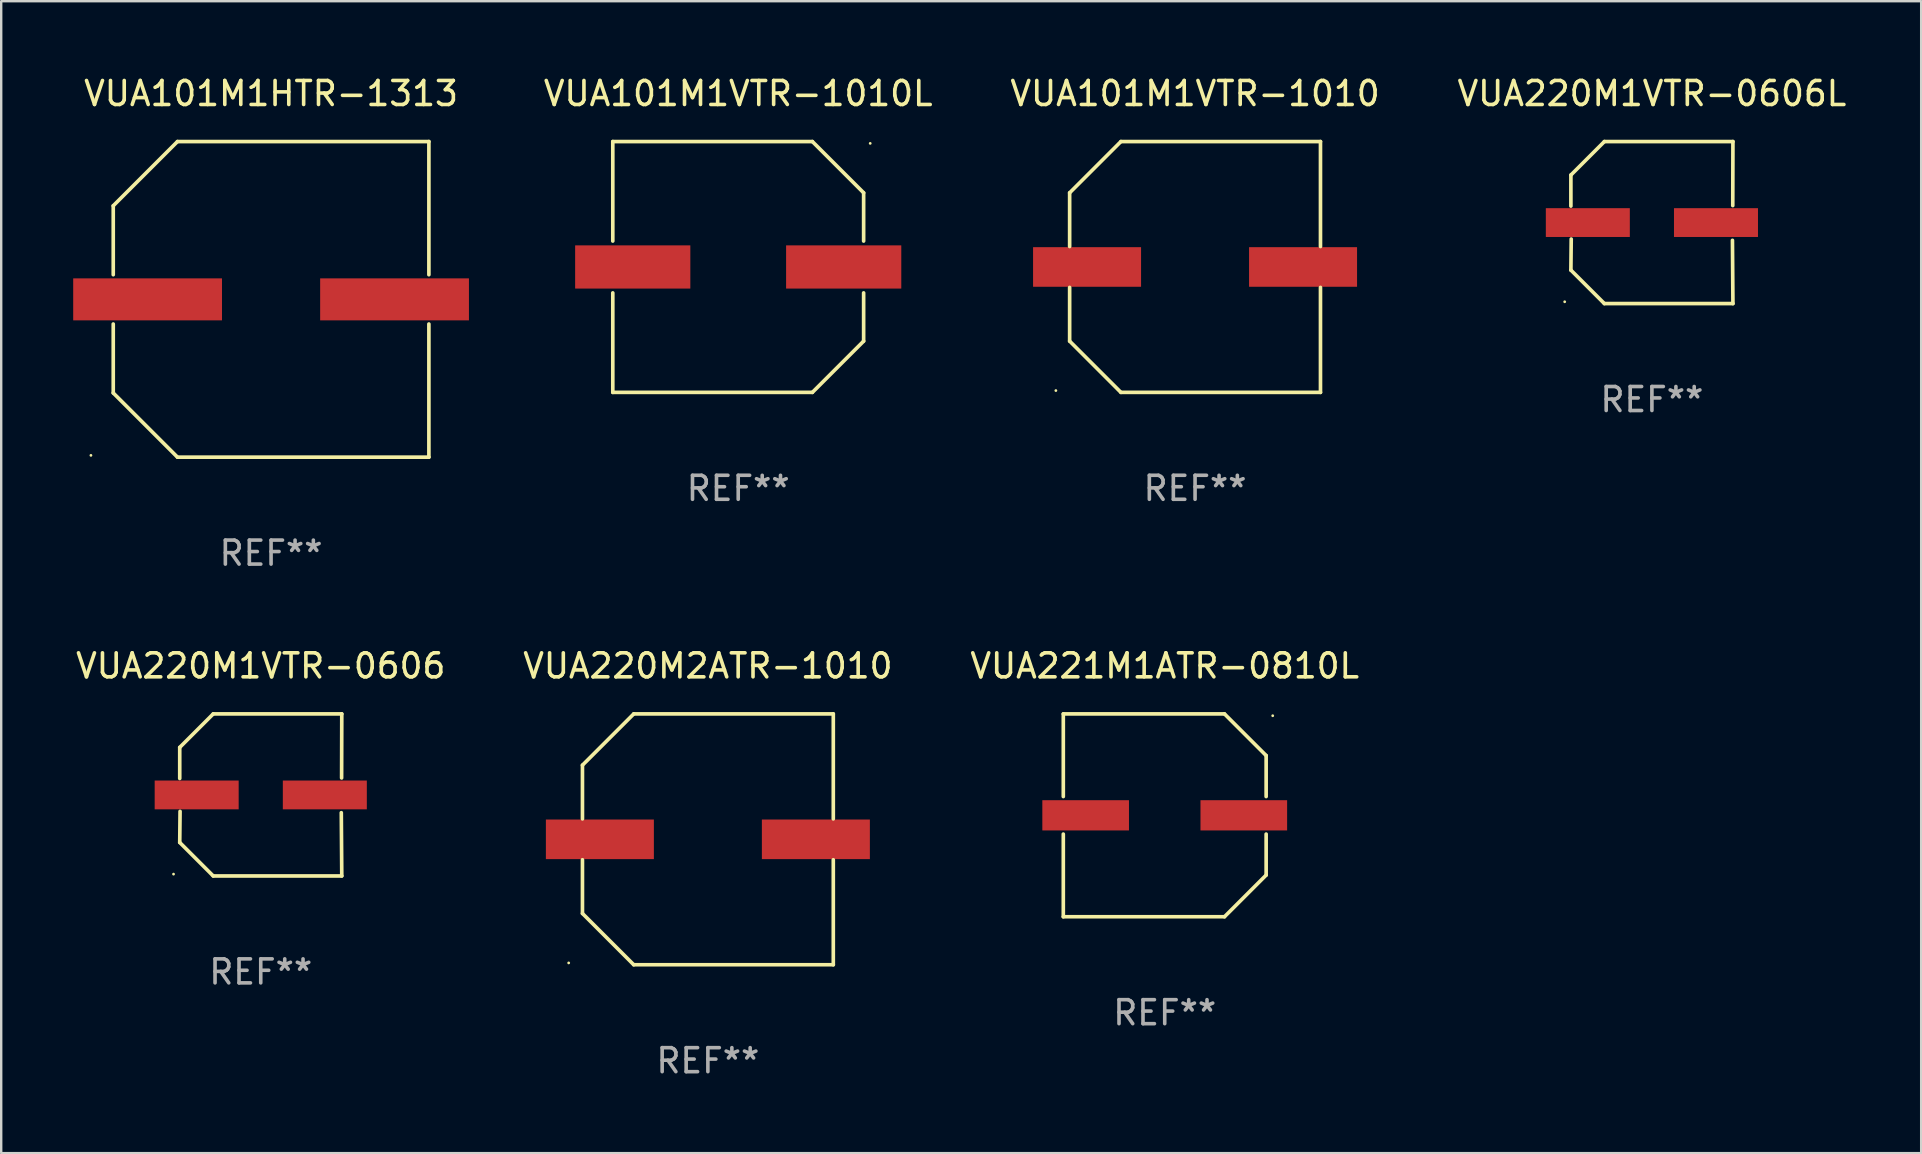
<source format=kicad_pcb>
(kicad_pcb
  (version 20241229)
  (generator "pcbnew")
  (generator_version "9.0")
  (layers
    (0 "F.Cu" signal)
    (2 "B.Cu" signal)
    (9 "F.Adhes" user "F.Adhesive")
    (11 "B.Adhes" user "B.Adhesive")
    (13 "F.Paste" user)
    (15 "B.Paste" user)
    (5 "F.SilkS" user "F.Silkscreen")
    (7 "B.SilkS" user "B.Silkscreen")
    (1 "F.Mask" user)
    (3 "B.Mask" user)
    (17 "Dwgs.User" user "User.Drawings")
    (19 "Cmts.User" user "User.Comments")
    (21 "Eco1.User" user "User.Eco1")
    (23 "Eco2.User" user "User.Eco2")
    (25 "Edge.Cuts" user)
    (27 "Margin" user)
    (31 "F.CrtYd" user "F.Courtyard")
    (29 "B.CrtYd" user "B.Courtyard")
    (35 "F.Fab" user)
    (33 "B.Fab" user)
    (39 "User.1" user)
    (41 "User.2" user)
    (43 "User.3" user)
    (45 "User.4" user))
  (footprint "VUA101M1HTR-1313"
    (layer "F.Cu")
    (at 8.245 9.424)
    (property "Reference" "VUA101M1HTR-1313" (at 0 -8.576 0) (layer "F.SilkS") (effects (font (size 1 1) (thickness 0.15))))
    (attr through_hole)
    (fp_line (start -6.576 -3.9) (end -6.576 -1.027) (stroke (width 0.152) (type solid)) (layer "F.SilkS"))
    (fp_line (start -6.576 3.9) (end -6.576 1.027) (stroke (width 0.152) (type solid)) (layer "F.SilkS"))
    (fp_line (start -3.9 -6.576) (end -6.576 -3.9) (stroke (width 0.152) (type solid)) (layer "F.SilkS"))
    (fp_line (start -3.9 6.576) (end -6.576 3.9) (stroke (width 0.152) (type solid)) (layer "F.SilkS"))
    (fp_line (start 6.576 -6.576) (end -3.9 -6.576) (stroke (width 0.152) (type solid)) (layer "F.SilkS"))
    (fp_line (start 6.576 -1.027) (end 6.576 -6.576) (stroke (width 0.152) (type solid)) (layer "F.SilkS"))
    (fp_line (start 6.576 1.027) (end 6.576 6.576) (stroke (width 0.152) (type solid)) (layer "F.SilkS"))
    (fp_line (start 6.576 6.576) (end -3.9 6.576) (stroke (width 0.152) (type solid)) (layer "F.SilkS"))
    (fp_circle (center -7.506 6.5) (end -7.476 6.5) (stroke (width 0.06) (type solid)) (fill no) (layer "F.SilkS"))
    (fp_text user "REF**" (at 0 10.576 0) (layer "F.Fab") (effects (font (size 1 1) (thickness 0.15))))
    (pad "1" smd rect (at -5.145 0) (size 6.2 1.75) (layers "F.Cu" "F.Mask" "F.Paste"))
    (pad "2" smd rect (at 5.145 0) (size 6.2 1.75) (layers "F.Cu" "F.Mask" "F.Paste")))
  (footprint "VUA220M2ATR-1010"
    (layer "F.Cu")
    (at 26.446 31.923)
    (property "Reference" "VUA220M2ATR-1010" (at 0 -7.226 0) (layer "F.SilkS") (effects (font (size 1 1) (thickness 0.15))))
    (attr through_hole)
    (fp_line (start -5.226 -3.09) (end -5.226 -0.852) (stroke (width 0.152) (type solid)) (layer "F.SilkS"))
    (fp_line (start -5.226 3.09) (end -5.226 0.852) (stroke (width 0.152) (type solid)) (layer "F.SilkS"))
    (fp_line (start -3.09 -5.226) (end -5.226 -3.09) (stroke (width 0.152) (type solid)) (layer "F.SilkS"))
    (fp_line (start -3.09 5.226) (end -5.226 3.09) (stroke (width 0.152) (type solid)) (layer "F.SilkS"))
    (fp_line (start 5.226 -5.226) (end -3.09 -5.226) (stroke (width 0.152) (type solid)) (layer "F.SilkS"))
    (fp_line (start 5.226 -0.852) (end 5.226 -5.226) (stroke (width 0.152) (type solid)) (layer "F.SilkS"))
    (fp_line (start 5.226 0.852) (end 5.226 5.226) (stroke (width 0.152) (type solid)) (layer "F.SilkS"))
    (fp_line (start 5.226 5.226) (end -3.09 5.226) (stroke (width 0.152) (type solid)) (layer "F.SilkS"))
    (fp_circle (center -5.8 5.15) (end -5.77 5.15) (stroke (width 0.06) (type solid)) (fill no) (layer "F.SilkS"))
    (fp_text user "REF**" (at 0 9.226 0) (layer "F.Fab") (effects (font (size 1 1) (thickness 0.15))))
    (pad "1" smd rect (at -4.5 0) (size 4.5 1.65) (layers "F.Cu" "F.Mask" "F.Paste"))
    (pad "2" smd rect (at 4.5 0) (size 4.5 1.65) (layers "F.Cu" "F.Mask" "F.Paste")))
  (footprint "VUA221M1ATR-0810L"
    (layer "F.Cu")
    (at 45.482 30.923)
    (property "Reference" "VUA221M1ATR-0810L" (at 0 -6.226 0) (layer "F.SilkS") (effects (font (size 1 1) (thickness 0.15))))
    (attr through_hole)
    (fp_line (start -4.226 -4.226) (end 2.49 -4.226) (stroke (width 0.152) (type solid)) (layer "F.SilkS"))
    (fp_line (start -4.226 -0.782) (end -4.226 -4.226) (stroke (width 0.152) (type solid)) (layer "F.SilkS"))
    (fp_line (start -4.226 0.782) (end -4.226 4.226) (stroke (width 0.152) (type solid)) (layer "F.SilkS"))
    (fp_line (start -4.226 4.226) (end 2.49 4.226) (stroke (width 0.152) (type solid)) (layer "F.SilkS"))
    (fp_line (start 2.49 -4.226) (end 4.226 -2.49) (stroke (width 0.152) (type solid)) (layer "F.SilkS"))
    (fp_line (start 2.49 4.226) (end 4.226 2.49) (stroke (width 0.152) (type solid)) (layer "F.SilkS"))
    (fp_line (start 4.226 -2.49) (end 4.226 -0.782) (stroke (width 0.152) (type solid)) (layer "F.SilkS"))
    (fp_line (start 4.226 2.49) (end 4.226 0.782) (stroke (width 0.152) (type solid)) (layer "F.SilkS"))
    (fp_circle (center 4.5 -4.15) (end 4.53 -4.15) (stroke (width 0.06) (type solid)) (fill no) (layer "F.SilkS"))
    (fp_text user "REF**" (at 0 8.226 0) (layer "F.Fab") (effects (font (size 1 1) (thickness 0.15))))
    (pad "1" smd rect (at 3.295 0 180) (size 3.61 1.26) (layers "F.Cu" "F.Mask" "F.Paste"))
    (pad "2" smd rect (at -3.295 0 180) (size 3.61 1.26) (layers "F.Cu" "F.Mask" "F.Paste")))
  (footprint "VUA220M1VTR-0606L"
    (layer "F.Cu")
    (at 65.782 6.224)
    (property "Reference" "VUA220M1VTR-0606L" (at 0 -5.376 0) (layer "F.SilkS") (effects (font (size 1 1) (thickness 0.15))))
    (attr through_hole)
    (fp_line (start -3.376 -1.98) (end -3.376 -0.686) (stroke (width 0.152) (type solid)) (layer "F.SilkS"))
    (fp_line (start -3.376 1.981) (end -3.362 0.686) (stroke (width 0.152) (type solid)) (layer "F.SilkS"))
    (fp_line (start -1.981 3.376) (end -3.376 1.981) (stroke (width 0.152) (type solid)) (layer "F.SilkS"))
    (fp_line (start -1.98 -3.376) (end -3.376 -1.98) (stroke (width 0.152) (type solid)) (layer "F.SilkS"))
    (fp_line (start 3.356 0.74) (end 3.376 3.376) (stroke (width 0.152) (type solid)) (layer "F.SilkS"))
    (fp_line (start 3.369 -0.707) (end 3.376 -3.376) (stroke (width 0.152) (type solid)) (layer "F.SilkS"))
    (fp_line (start 3.376 3.376) (end -1.981 3.376) (stroke (width 0.152) (type solid)) (layer "F.SilkS"))
    (fp_line (start 3.376 -3.376) (end -1.98 -3.376) (stroke (width 0.152) (type solid)) (layer "F.SilkS"))
    (fp_circle (center -3.634 3.3) (end -3.604 3.3) (stroke (width 0.06) (type solid)) (fill no) (layer "F.SilkS"))
    (fp_text user "REF**" (at 0 7.376 0) (layer "F.Fab") (effects (font (size 1 1) (thickness 0.15))))
    (pad "1" smd rect (at -2.67 0.000254) (size 3.5 1.2) (layers "F.Cu" "F.Mask" "F.Paste"))
    (pad "2" smd rect (at 2.67 0.000254) (size 3.5 1.2) (layers "F.Cu" "F.Mask" "F.Paste")))
  (footprint "VUA101M1VTR-1010L"
    (layer "F.Cu")
    (at 27.71 8.074)
    (property "Reference" "VUA101M1VTR-1010L" (at 0 -7.226 0) (layer "F.SilkS") (effects (font (size 1 1) (thickness 0.15))))
    (attr through_hole)
    (fp_line (start -5.226 -5.226) (end -5.226 -1.08) (stroke (width 0.152) (type solid)) (layer "F.SilkS"))
    (fp_line (start -5.226 -5.226) (end 3.09 -5.226) (stroke (width 0.152) (type solid)) (layer "F.SilkS"))
    (fp_line (start -5.226 1.08) (end -5.226 5.226) (stroke (width 0.152) (type solid)) (layer "F.SilkS"))
    (fp_line (start -5.226 5.226) (end 3.09 5.226) (stroke (width 0.152) (type solid)) (layer "F.SilkS"))
    (fp_line (start 3.09 -5.226) (end 5.226 -3.09) (stroke (width 0.152) (type solid)) (layer "F.SilkS"))
    (fp_line (start 3.09 5.226) (end 5.226 3.09) (stroke (width 0.152) (type solid)) (layer "F.SilkS"))
    (fp_line (start 5.226 -1.08) (end 5.226 -3.09) (stroke (width 0.152) (type solid)) (layer "F.SilkS"))
    (fp_line (start 5.226 3.09) (end 5.226 1.08) (stroke (width 0.152) (type solid)) (layer "F.SilkS"))
    (fp_circle (center 5.5 -5.15) (end 5.53 -5.15) (stroke (width 0.06) (type solid)) (fill no) (layer "F.SilkS"))
    (fp_text user "REF**" (at 0 9.226 0) (layer "F.Fab") (effects (font (size 1 1) (thickness 0.15))))
    (pad "1" smd rect (at 4.395 0 180) (size 4.8 1.8) (layers "F.Cu" "F.Mask" "F.Paste"))
    (pad "2" smd rect (at -4.395 0 180) (size 4.8 1.8) (layers "F.Cu" "F.Mask" "F.Paste")))
  (footprint "VUA220M1VTR-0606"
    (layer "F.Cu")
    (at 7.815 30.073)
    (property "Reference" "VUA220M1VTR-0606" (at 0 -5.376 0) (layer "F.SilkS") (effects (font (size 1 1) (thickness 0.15))))
    (attr through_hole)
    (fp_line (start -3.376 -1.98) (end -3.376 -0.686) (stroke (width 0.152) (type solid)) (layer "F.SilkS"))
    (fp_line (start -3.376 1.981) (end -3.362 0.686) (stroke (width 0.152) (type solid)) (layer "F.SilkS"))
    (fp_line (start -1.981 3.376) (end -3.376 1.981) (stroke (width 0.152) (type solid)) (layer "F.SilkS"))
    (fp_line (start -1.98 -3.376) (end -3.376 -1.98) (stroke (width 0.152) (type solid)) (layer "F.SilkS"))
    (fp_line (start 3.356 0.74) (end 3.376 3.376) (stroke (width 0.152) (type solid)) (layer "F.SilkS"))
    (fp_line (start 3.369 -0.707) (end 3.376 -3.376) (stroke (width 0.152) (type solid)) (layer "F.SilkS"))
    (fp_line (start 3.376 3.376) (end -1.981 3.376) (stroke (width 0.152) (type solid)) (layer "F.SilkS"))
    (fp_line (start 3.376 -3.376) (end -1.98 -3.376) (stroke (width 0.152) (type solid)) (layer "F.SilkS"))
    (fp_circle (center -3.634 3.3) (end -3.604 3.3) (stroke (width 0.06) (type solid)) (fill no) (layer "F.SilkS"))
    (fp_text user "REF**" (at 0 7.376 0) (layer "F.Fab") (effects (font (size 1 1) (thickness 0.15))))
    (pad "1" smd rect (at -2.67 0.000254) (size 3.5 1.2) (layers "F.Cu" "F.Mask" "F.Paste"))
    (pad "2" smd rect (at 2.67 0.000254) (size 3.5 1.2) (layers "F.Cu" "F.Mask" "F.Paste")))
  (footprint "VUA101M1VTR-1010"
    (layer "F.Cu")
    (at 46.746 8.074)
    (property "Reference" "VUA101M1VTR-1010" (at 0 -7.226 0) (layer "F.SilkS") (effects (font (size 1 1) (thickness 0.15))))
    (attr through_hole)
    (fp_line (start -5.226 -3.09) (end -5.226 -0.852) (stroke (width 0.152) (type solid)) (layer "F.SilkS"))
    (fp_line (start -5.226 3.09) (end -5.226 0.852) (stroke (width 0.152) (type solid)) (layer "F.SilkS"))
    (fp_line (start -3.09 -5.226) (end -5.226 -3.09) (stroke (width 0.152) (type solid)) (layer "F.SilkS"))
    (fp_line (start -3.09 5.226) (end -5.226 3.09) (stroke (width 0.152) (type solid)) (layer "F.SilkS"))
    (fp_line (start 5.226 -5.226) (end -3.09 -5.226) (stroke (width 0.152) (type solid)) (layer "F.SilkS"))
    (fp_line (start 5.226 -0.852) (end 5.226 -5.226) (stroke (width 0.152) (type solid)) (layer "F.SilkS"))
    (fp_line (start 5.226 0.852) (end 5.226 5.226) (stroke (width 0.152) (type solid)) (layer "F.SilkS"))
    (fp_line (start 5.226 5.226) (end -3.09 5.226) (stroke (width 0.152) (type solid)) (layer "F.SilkS"))
    (fp_circle (center -5.8 5.15) (end -5.77 5.15) (stroke (width 0.06) (type solid)) (fill no) (layer "F.SilkS"))
    (fp_text user "REF**" (at 0 9.226 0) (layer "F.Fab") (effects (font (size 1 1) (thickness 0.15))))
    (pad "1" smd rect (at -4.5 0) (size 4.5 1.65) (layers "F.Cu" "F.Mask" "F.Paste"))
    (pad "2" smd rect (at 4.5 0) (size 4.5 1.65) (layers "F.Cu" "F.Mask" "F.Paste")))
  (gr_rect
    (start -3 -3)
    (end 77.002 44.998)
    (stroke (width 0.1) (type default))
    (fill no)
    (layer "Edge.Cuts")))
</source>
